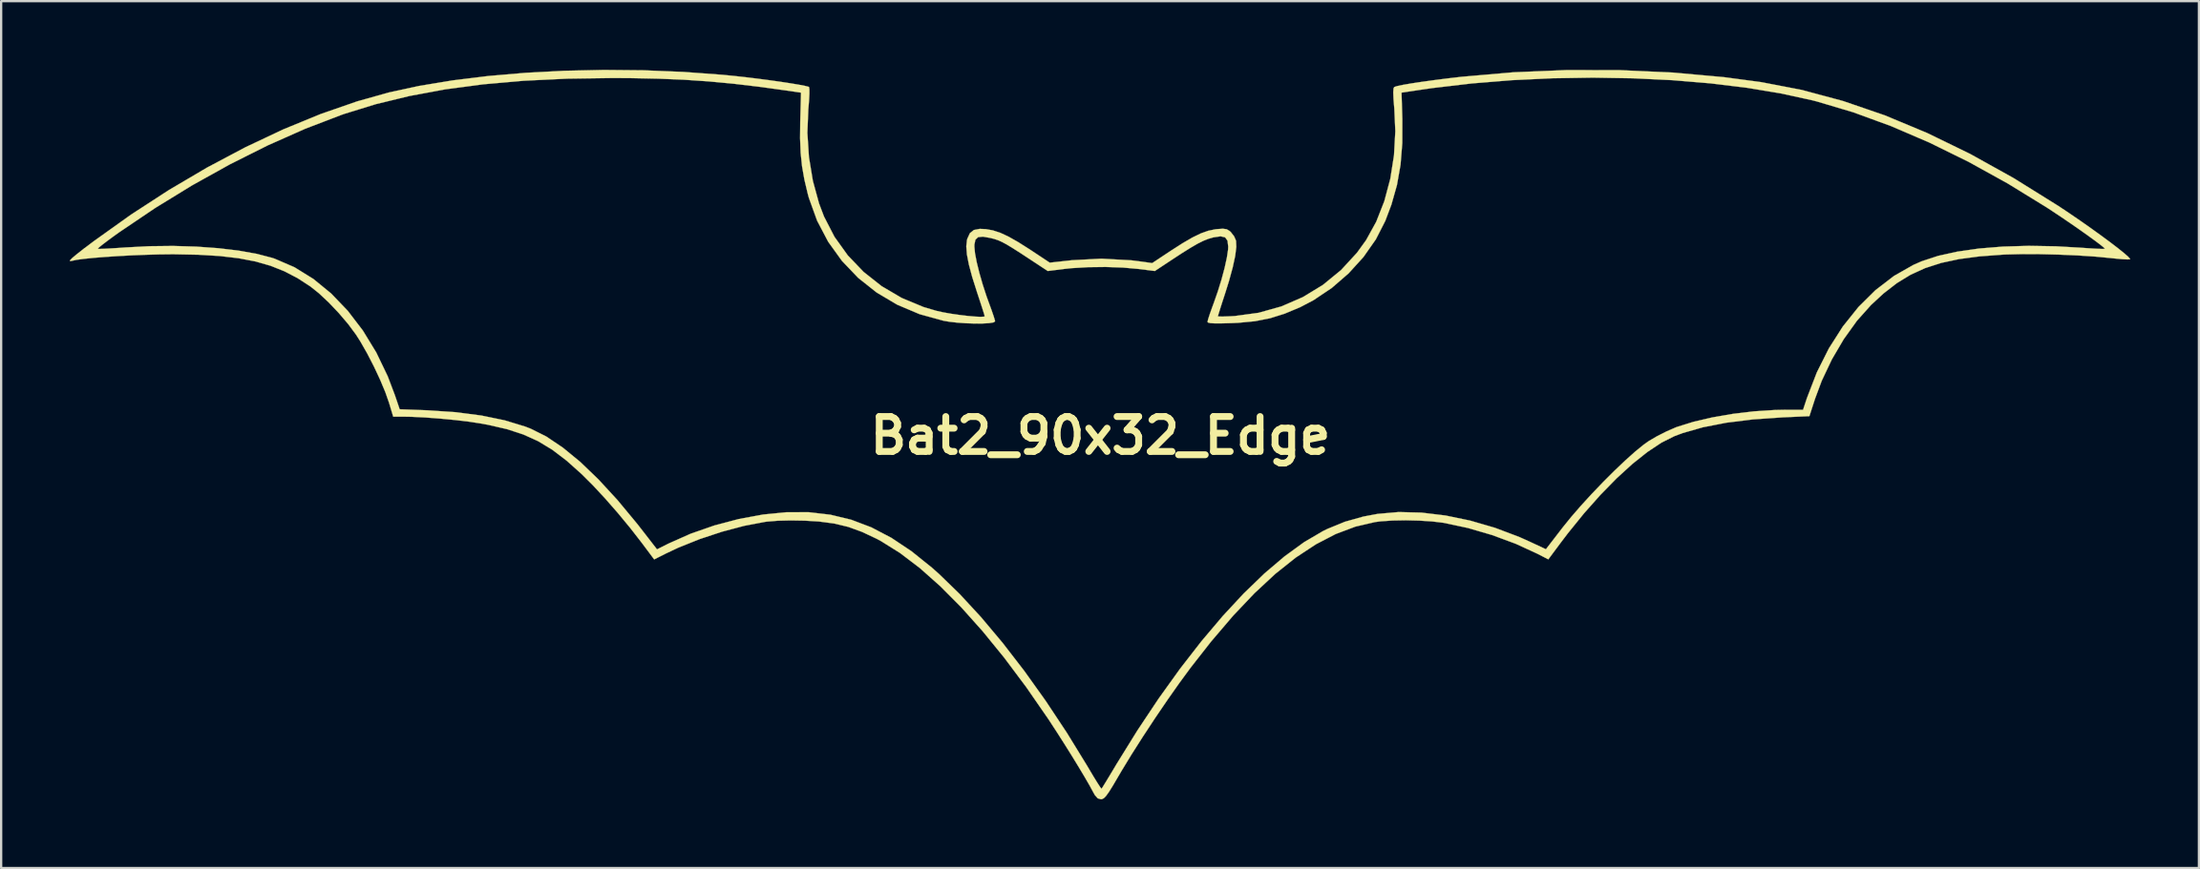
<source format=kicad_pcb>
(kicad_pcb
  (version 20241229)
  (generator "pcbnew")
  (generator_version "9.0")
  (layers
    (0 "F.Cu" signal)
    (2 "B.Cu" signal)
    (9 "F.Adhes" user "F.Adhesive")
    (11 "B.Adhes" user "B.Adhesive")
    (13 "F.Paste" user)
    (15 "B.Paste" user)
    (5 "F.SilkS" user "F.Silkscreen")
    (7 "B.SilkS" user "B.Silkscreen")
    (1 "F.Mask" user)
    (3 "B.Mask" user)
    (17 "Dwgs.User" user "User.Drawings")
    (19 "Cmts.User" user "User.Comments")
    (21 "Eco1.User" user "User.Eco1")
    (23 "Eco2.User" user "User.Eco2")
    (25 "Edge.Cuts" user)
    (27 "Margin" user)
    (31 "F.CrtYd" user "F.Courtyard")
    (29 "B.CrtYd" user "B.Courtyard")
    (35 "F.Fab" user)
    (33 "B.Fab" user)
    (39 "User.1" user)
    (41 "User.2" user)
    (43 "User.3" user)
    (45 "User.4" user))
  (footprint "Bat2_90x32_Edge"
    (layer "F.Cu")
    (at 44.975 15.982)
    (property "Reference" "Bat2_90x32_Edge" (at 0 0 0) (layer "F.SilkS") (effects (font (size 1.524 1.524) (thickness 0.3))))
    (attr through_hole)
    (fp_poly (pts (xy -19.933 -15.961) (xy -18.199 -15.89) (xy -16.494 -15.764) (xy -15.979 -15.713) (xy -15.489 -15.659) (xy -14.977 -15.597) (xy -14.467 -15.53) (xy -13.981 -15.462) (xy -13.543 -15.395) (xy -13.175 -15.334) (xy -12.901 -15.282) (xy -12.743 -15.242) (xy -12.717 -15.229) (xy -12.702 -15.138) (xy -12.702 -14.927) (xy -12.718 -14.629) (xy -12.747 -14.274) (xy -12.749 -14.258) (xy -12.79 -13.228) (xy -12.722 -12.172) (xy -12.55 -11.13) (xy -12.281 -10.145) (xy -12.064 -9.572) (xy -11.606 -8.685) (xy -11.026 -7.875) (xy -10.335 -7.153) (xy -9.546 -6.529) (xy -8.672 -6.015) (xy -7.724 -5.62) (xy -7.161 -5.453) (xy -6.868 -5.388) (xy -6.523 -5.327) (xy -6.158 -5.274) (xy -5.8 -5.231) (xy -5.482 -5.202) (xy -5.232 -5.19) (xy -5.081 -5.199) (xy -5.05 -5.218) (xy -5.072 -5.3) (xy -5.134 -5.499) (xy -5.227 -5.786) (xy -5.342 -6.136) (xy -5.385 -6.266) (xy -5.596 -6.933) (xy -5.742 -7.48) (xy -5.827 -7.921) (xy -5.854 -8.272) (xy -5.824 -8.547) (xy -5.81 -8.6) (xy -5.698 -8.844) (xy -5.525 -8.984) (xy -5.264 -9.034) (xy -5 -9.022) (xy -4.697 -8.968) (xy -4.377 -8.864) (xy -4.018 -8.698) (xy -3.594 -8.458) (xy -3.081 -8.133) (xy -3.009 -8.085) (xy -2.212 -7.557) (xy -1.238 -7.664) (xy 0.046 -7.732) (xy 1.354 -7.659) (xy 1.751 -7.609) (xy 2.259 -7.538) (xy 3.07 -8.076) (xy 3.592 -8.411) (xy 4.023 -8.661) (xy 4.387 -8.837) (xy 4.708 -8.951) (xy 5.011 -9.014) (xy 5.09 -9.023) (xy 5.345 -9.04) (xy 5.508 -9.018) (xy 5.635 -8.943) (xy 5.689 -8.895) (xy 5.834 -8.708) (xy 5.917 -8.517) (xy 5.929 -8.247) (xy 5.881 -7.854) (xy 5.772 -7.35) (xy 5.607 -6.747) (xy 5.456 -6.262) (xy 5.337 -5.896) (xy 5.237 -5.584) (xy 5.165 -5.352) (xy 5.128 -5.228) (xy 5.125 -5.214) (xy 5.195 -5.203) (xy 5.383 -5.204) (xy 5.657 -5.214) (xy 5.865 -5.226) (xy 6.903 -5.367) (xy 7.899 -5.646) (xy 8.84 -6.055) (xy 9.711 -6.587) (xy 10.501 -7.234) (xy 11.195 -7.989) (xy 11.593 -8.54) (xy 12.035 -9.341) (xy 12.389 -10.242) (xy 12.65 -11.22) (xy 12.812 -12.247) (xy 12.87 -13.301) (xy 12.826 -14.279) (xy 12.791 -14.705) (xy 12.779 -14.997) (xy 12.791 -15.168) (xy 12.822 -15.23) (xy 12.948 -15.271) (xy 13.204 -15.325) (xy 13.571 -15.388) (xy 14.028 -15.457) (xy 14.556 -15.53) (xy 15.135 -15.604) (xy 15.745 -15.675) (xy 15.753 -15.676) (xy 18.029 -15.874) (xy 20.346 -15.971) (xy 22.672 -15.967) (xy 24.974 -15.863) (xy 27.219 -15.66) (xy 28.829 -15.445) (xy 30.608 -15.103) (xy 32.408 -14.619) (xy 34.231 -13.993) (xy 36.079 -13.222) (xy 37.955 -12.308) (xy 39.86 -11.248) (xy 41.793 -10.043) (xy 42.269 -9.726) (xy 42.749 -9.398) (xy 43.217 -9.069) (xy 43.657 -8.752) (xy 44.057 -8.457) (xy 44.399 -8.195) (xy 44.669 -7.978) (xy 44.853 -7.817) (xy 44.935 -7.723) (xy 44.931 -7.704) (xy 44.82 -7.699) (xy 44.597 -7.71) (xy 44.299 -7.737) (xy 44.107 -7.757) (xy 43.434 -7.822) (xy 42.662 -7.873) (xy 41.838 -7.909) (xy 41.011 -7.929) (xy 40.226 -7.932) (xy 39.531 -7.915) (xy 39.373 -7.908) (xy 38.36 -7.832) (xy 37.473 -7.714) (xy 36.69 -7.546) (xy 35.991 -7.32) (xy 35.353 -7.028) (xy 34.755 -6.662) (xy 34.176 -6.213) (xy 33.63 -5.708) (xy 33.016 -5.02) (xy 32.44 -4.217) (xy 31.921 -3.332) (xy 31.48 -2.401) (xy 31.189 -1.62) (xy 30.94 -0.852) (xy 29.772 -0.8) (xy 28.476 -0.71) (xy 27.315 -0.566) (xy 26.29 -0.366) (xy 25.404 -0.112) (xy 25.045 0.023) (xy 24.484 0.305) (xy 23.871 0.713) (xy 23.215 1.235) (xy 22.529 1.862) (xy 21.824 2.583) (xy 21.111 3.386) (xy 20.402 4.262) (xy 20.088 4.675) (xy 19.546 5.404) (xy 19.063 5.155) (xy 18.126 4.724) (xy 17.101 4.344) (xy 16.045 4.035) (xy 15.018 3.815) (xy 14.961 3.805) (xy 14.481 3.747) (xy 13.919 3.711) (xy 13.324 3.697) (xy 12.748 3.707) (xy 12.24 3.741) (xy 11.984 3.774) (xy 11.129 3.973) (xy 10.271 4.295) (xy 9.405 4.745) (xy 8.528 5.323) (xy 7.635 6.034) (xy 6.724 6.881) (xy 5.791 7.865) (xy 4.831 8.991) (xy 3.934 10.137) (xy 3.449 10.798) (xy 2.924 11.545) (xy 2.384 12.34) (xy 1.854 13.146) (xy 1.358 13.926) (xy 0.923 14.64) (xy 0.775 14.893) (xy 0.547 15.282) (xy 0.376 15.557) (xy 0.248 15.736) (xy 0.149 15.837) (xy 0.066 15.88) (xy 0.022 15.884) (xy -0.12 15.843) (xy -0.245 15.699) (xy -0.315 15.574) (xy -0.465 15.297) (xy -0.682 14.922) (xy -0.95 14.473) (xy -1.254 13.976) (xy -1.578 13.458) (xy -1.905 12.945) (xy -2.219 12.463) (xy -2.287 12.361) (xy -3.241 10.981) (xy -4.193 9.707) (xy -5.138 8.546) (xy -6.07 7.502) (xy -6.985 6.581) (xy -7.878 5.787) (xy -8.743 5.128) (xy -9.575 4.607) (xy -9.765 4.505) (xy -10.403 4.204) (xy -11.002 3.986) (xy -11.612 3.839) (xy -12.281 3.75) (xy -12.898 3.713) (xy -13.521 3.703) (xy -14.083 3.716) (xy -14.545 3.754) (xy -14.632 3.765) (xy -15.543 3.938) (xy -16.513 4.195) (xy -17.489 4.518) (xy -18.416 4.89) (xy -18.962 5.147) (xy -19.475 5.406) (xy -20.017 4.681) (xy -20.517 4.037) (xy -21.062 3.377) (xy -21.62 2.739) (xy -22.161 2.157) (xy -22.642 1.678) (xy -23.298 1.091) (xy -23.917 0.619) (xy -24.533 0.245) (xy -25.182 -0.05) (xy -25.897 -0.284) (xy -26.715 -0.472) (xy -27.016 -0.528) (xy -27.54 -0.609) (xy -28.158 -0.683) (xy -28.819 -0.746) (xy -29.469 -0.795) (xy -30.057 -0.824) (xy -30.374 -0.829) (xy -30.864 -0.83) (xy -31.047 -1.438) (xy -31.209 -1.902) (xy -31.436 -2.445) (xy -31.707 -3.024) (xy -32 -3.593) (xy -32.294 -4.109) (xy -32.487 -4.412) (xy -32.828 -4.873) (xy -33.236 -5.353) (xy -33.674 -5.815) (xy -34.107 -6.221) (xy -34.482 -6.52) (xy -35.038 -6.881) (xy -35.61 -7.18) (xy -36.217 -7.422) (xy -36.878 -7.611) (xy -37.61 -7.751) (xy -38.433 -7.848) (xy -39.364 -7.904) (xy -40.422 -7.924) (xy -40.55 -7.924) (xy -41.086 -7.918) (xy -41.666 -7.902) (xy -42.264 -7.878) (xy -42.857 -7.846) (xy -43.419 -7.809) (xy -43.927 -7.769) (xy -44.356 -7.725) (xy -44.682 -7.682) (xy -44.874 -7.641) (xy -44.964 -7.623) (xy -44.97 -7.658) (xy -44.884 -7.75) (xy -44.698 -7.907) (xy -44.406 -8.137) (xy -44.372 -8.162) (xy -43.762 -8.162) (xy -43.762 -8.162) (xy -43.681 -8.158) (xy -43.476 -8.164) (xy -43.173 -8.18) (xy -42.797 -8.204) (xy -42.538 -8.222) (xy -41.502 -8.276) (xy -40.468 -8.287) (xy -39.46 -8.258) (xy -38.501 -8.189) (xy -37.614 -8.084) (xy -36.823 -7.943) (xy -36.152 -7.768) (xy -36.037 -7.73) (xy -35.174 -7.357) (xy -34.349 -6.846) (xy -33.57 -6.208) (xy -32.847 -5.453) (xy -32.189 -4.592) (xy -31.605 -3.635) (xy -31.104 -2.593) (xy -30.79 -1.764) (xy -30.583 -1.153) (xy -29.367 -1.107) (xy -28.138 -1.025) (xy -27.012 -0.878) (xy -26 -0.669) (xy -25.112 -0.399) (xy -24.871 -0.306) (xy -24.186 0.036) (xy -23.463 0.522) (xy -22.701 1.148) (xy -21.905 1.914) (xy -21.075 2.817) (xy -20.215 3.855) (xy -19.983 4.152) (xy -19.352 4.967) (xy -18.852 4.716) (xy -17.882 4.284) (xy -16.848 3.924) (xy -15.783 3.642) (xy -14.721 3.446) (xy -13.695 3.345) (xy -12.74 3.344) (xy -12.725 3.345) (xy -11.782 3.455) (xy -10.877 3.673) (xy -9.998 4.006) (xy -9.127 4.462) (xy -8.251 5.046) (xy -7.356 5.766) (xy -7.05 6.038) (xy -6.144 6.918) (xy -5.212 7.928) (xy -4.267 9.055) (xy -3.319 10.284) (xy -2.381 11.599) (xy -1.462 12.986) (xy -0.576 14.43) (xy -0.479 14.594) (xy -0.292 14.909) (xy -0.132 15.168) (xy -0.015 15.348) (xy 0.045 15.426) (xy 0.049 15.427) (xy 0.094 15.357) (xy 0.203 15.18) (xy 0.362 14.918) (xy 0.558 14.592) (xy 0.701 14.352) (xy 1.615 12.876) (xy 2.542 11.484) (xy 3.475 10.183) (xy 4.409 8.98) (xy 5.338 7.881) (xy 6.255 6.892) (xy 7.156 6.021) (xy 8.035 5.274) (xy 8.884 4.656) (xy 9.7 4.176) (xy 9.906 4.074) (xy 10.671 3.761) (xy 11.476 3.535) (xy 12.097 3.418) (xy 13.014 3.338) (xy 14.008 3.362) (xy 15.057 3.488) (xy 16.135 3.711) (xy 17.218 4.026) (xy 18.281 4.428) (xy 18.709 4.62) (xy 19.442 4.962) (xy 20.177 4.007) (xy 20.545 3.552) (xy 20.974 3.057) (xy 21.444 2.543) (xy 21.934 2.031) (xy 22.425 1.54) (xy 22.896 1.091) (xy 23.327 0.705) (xy 23.699 0.401) (xy 23.921 0.242) (xy 24.287 0.027) (xy 24.71 -0.187) (xy 25.107 -0.36) (xy 25.165 -0.382) (xy 25.881 -0.605) (xy 26.706 -0.797) (xy 27.601 -0.952) (xy 28.525 -1.062) (xy 29.439 -1.121) (xy 29.929 -1.131) (xy 30.664 -1.131) (xy 30.832 -1.639) (xy 31.267 -2.768) (xy 31.792 -3.814) (xy 32.399 -4.767) (xy 33.08 -5.619) (xy 33.826 -6.358) (xy 34.63 -6.976) (xy 35.483 -7.461) (xy 35.847 -7.62) (xy 36.556 -7.853) (xy 37.392 -8.038) (xy 38.34 -8.174) (xy 39.384 -8.259) (xy 40.509 -8.292) (xy 41.697 -8.272) (xy 42.763 -8.211) (xy 43.143 -8.185) (xy 43.465 -8.166) (xy 43.702 -8.157) (xy 43.826 -8.159) (xy 43.837 -8.162) (xy 43.792 -8.216) (xy 43.64 -8.34) (xy 43.4 -8.521) (xy 43.09 -8.746) (xy 42.729 -9.002) (xy 42.337 -9.274) (xy 41.93 -9.551) (xy 41.529 -9.818) (xy 41.291 -9.974) (xy 39.59 -11.02) (xy 37.882 -11.965) (xy 36.181 -12.802) (xy 34.501 -13.525) (xy 32.858 -14.126) (xy 31.266 -14.6) (xy 31.068 -14.651) (xy 29.703 -14.95) (xy 28.217 -15.197) (xy 26.632 -15.39) (xy 24.969 -15.529) (xy 23.248 -15.612) (xy 21.49 -15.64) (xy 19.716 -15.613) (xy 17.948 -15.529) (xy 16.206 -15.387) (xy 14.511 -15.188) (xy 13.937 -15.105) (xy 13.14 -14.985) (xy 13.175 -13.829) (xy 13.173 -12.783) (xy 13.097 -11.836) (xy 12.941 -10.95) (xy 12.698 -10.091) (xy 12.431 -9.382) (xy 12.019 -8.575) (xy 11.478 -7.803) (xy 10.828 -7.088) (xy 10.092 -6.45) (xy 9.289 -5.912) (xy 8.715 -5.612) (xy 8.036 -5.328) (xy 7.397 -5.128) (xy 6.744 -5) (xy 6.019 -4.931) (xy 5.747 -4.918) (xy 5.303 -4.906) (xy 4.991 -4.905) (xy 4.794 -4.917) (xy 4.695 -4.943) (xy 4.673 -4.973) (xy 4.698 -5.08) (xy 4.766 -5.292) (xy 4.866 -5.576) (xy 4.946 -5.793) (xy 5.126 -6.309) (xy 5.288 -6.833) (xy 5.421 -7.333) (xy 5.518 -7.776) (xy 5.571 -8.129) (xy 5.577 -8.26) (xy 5.546 -8.518) (xy 5.441 -8.664) (xy 5.244 -8.709) (xy 4.938 -8.664) (xy 4.92 -8.66) (xy 4.71 -8.599) (xy 4.49 -8.512) (xy 4.238 -8.386) (xy 3.931 -8.207) (xy 3.545 -7.965) (xy 3.128 -7.692) (xy 2.374 -7.193) (xy 1.658 -7.283) (xy 0.984 -7.343) (xy 0.229 -7.369) (xy -0.542 -7.36) (xy -1.264 -7.317) (xy -1.583 -7.283) (xy -2.299 -7.193) (xy -3.053 -7.69) (xy -3.493 -7.979) (xy -3.832 -8.195) (xy -4.092 -8.353) (xy -4.297 -8.463) (xy -4.47 -8.539) (xy -4.634 -8.594) (xy -4.808 -8.638) (xy -5.131 -8.694) (xy -5.34 -8.672) (xy -5.456 -8.561) (xy -5.5 -8.35) (xy -5.502 -8.259) (xy -5.475 -7.971) (xy -5.4 -7.577) (xy -5.285 -7.11) (xy -5.139 -6.602) (xy -4.971 -6.087) (xy -4.863 -5.789) (xy -4.751 -5.481) (xy -4.662 -5.222) (xy -4.608 -5.045) (xy -4.598 -4.993) (xy -4.668 -4.947) (xy -4.858 -4.916) (xy -5.14 -4.9) (xy -5.484 -4.898) (xy -5.86 -4.911) (xy -6.24 -4.937) (xy -6.594 -4.977) (xy -6.843 -5.019) (xy -7.893 -5.308) (xy -8.871 -5.722) (xy -9.767 -6.254) (xy -10.573 -6.894) (xy -11.281 -7.636) (xy -11.881 -8.47) (xy -12.364 -9.39) (xy -12.723 -10.385) (xy -12.769 -10.552) (xy -12.919 -11.183) (xy -13.022 -11.768) (xy -13.083 -12.355) (xy -13.108 -12.993) (xy -13.101 -13.73) (xy -13.1 -13.755) (xy -13.066 -14.985) (xy -13.637 -15.069) (xy -14.869 -15.239) (xy -16.006 -15.374) (xy -17.093 -15.476) (xy -18.172 -15.549) (xy -19.287 -15.595) (xy -20.483 -15.619) (xy -21.255 -15.624) (xy -23.274 -15.596) (xy -25.166 -15.505) (xy -26.937 -15.349) (xy -28.598 -15.128) (xy -30.156 -14.839) (xy -31.621 -14.483) (xy -33.001 -14.057) (xy -33.126 -14.013) (xy -34.707 -13.407) (xy -36.336 -12.683) (xy -37.988 -11.855) (xy -39.636 -10.938) (xy -41.254 -9.945) (xy -42.817 -8.889) (xy -43.055 -8.719) (xy -43.336 -8.512) (xy -43.563 -8.339) (xy -43.713 -8.216) (xy -43.762 -8.162) (xy -44.372 -8.162) (xy -43.999 -8.445) (xy -43.918 -8.505) (xy -42.305 -9.657) (xy -40.657 -10.728) (xy -38.991 -11.71) (xy -37.321 -12.596) (xy -35.663 -13.379) (xy -34.031 -14.05) (xy -32.441 -14.602) (xy -31.053 -14.992) (xy -29.722 -15.28) (xy -28.27 -15.52) (xy -26.718 -15.711) (xy -25.086 -15.851) (xy -23.397 -15.94) (xy -21.672 -15.977) (xy -19.933 -15.961)) (stroke (width 0.01) (type solid)) (fill yes) (layer "F.SilkS")))
  (gr_rect
    (start -3 -3)
    (end 92.915 34.872)
    (stroke (width 0.1) (type default))
    (fill no)
    (layer "Edge.Cuts")))
</source>
